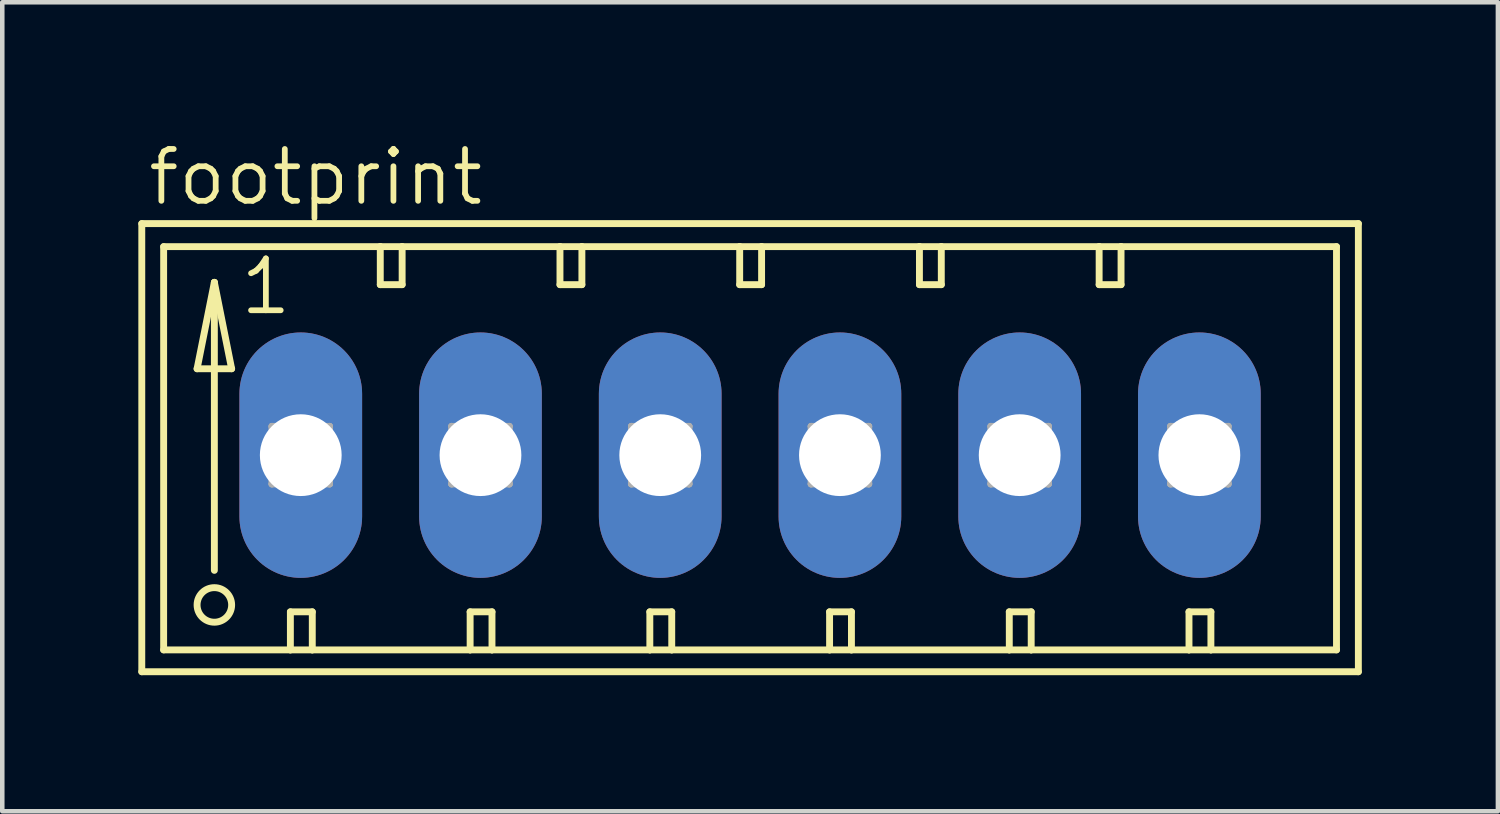
<source format=kicad_pcb>
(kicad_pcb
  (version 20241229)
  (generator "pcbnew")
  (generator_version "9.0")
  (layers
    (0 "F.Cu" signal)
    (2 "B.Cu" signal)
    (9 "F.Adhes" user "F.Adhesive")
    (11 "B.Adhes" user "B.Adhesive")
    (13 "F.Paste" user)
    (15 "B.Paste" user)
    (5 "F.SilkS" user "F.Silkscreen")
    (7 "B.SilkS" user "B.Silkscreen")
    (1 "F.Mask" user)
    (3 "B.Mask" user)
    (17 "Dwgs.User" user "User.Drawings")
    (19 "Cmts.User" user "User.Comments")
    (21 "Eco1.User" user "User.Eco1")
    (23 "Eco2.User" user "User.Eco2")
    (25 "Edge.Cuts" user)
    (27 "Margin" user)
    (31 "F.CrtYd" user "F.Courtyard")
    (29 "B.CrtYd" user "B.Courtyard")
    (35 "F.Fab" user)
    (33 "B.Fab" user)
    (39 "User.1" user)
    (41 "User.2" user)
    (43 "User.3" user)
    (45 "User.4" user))
  (footprint "footprint"
    (layer "F.Cu")
    (at 13.487 6.985)
    (property "Reference" "footprint" (at -13.335 -5.461 0) (layer "F.SilkS") (effects (font (size 1.143 1.143) (thickness 0.127)) (justify left bottom)))
    (fp_line (start -13.411 -5.105) (end -13.411 4.775) (stroke (width 0.152) (type solid)) (layer "F.SilkS"))
    (fp_line (start -13.411 4.775) (end 13.411 4.775) (stroke (width 0.152) (type solid)) (layer "F.SilkS"))
    (fp_line (start -12.929 -4.597) (end -12.929 4.293) (stroke (width 0.152) (type solid)) (layer "F.SilkS"))
    (fp_line (start -12.929 4.293) (end -10.135 4.293) (stroke (width 0.152) (type solid)) (layer "F.SilkS"))
    (fp_line (start -12.192 -1.905) (end -11.43 -1.905) (stroke (width 0.152) (type solid)) (layer "F.SilkS"))
    (fp_line (start -11.811 -3.81) (end -12.192 -1.905) (stroke (width 0.152) (type solid)) (layer "F.SilkS"))
    (fp_line (start -11.811 -3.81) (end -11.43 -1.905) (stroke (width 0.152) (type solid)) (layer "F.SilkS"))
    (fp_line (start -11.811 2.54) (end -11.811 -3.81) (stroke (width 0.152) (type solid)) (layer "F.SilkS"))
    (fp_line (start -10.135 3.454) (end -10.135 4.293) (stroke (width 0.152) (type solid)) (layer "F.SilkS"))
    (fp_line (start -10.135 3.454) (end -9.652 3.454) (stroke (width 0.152) (type solid)) (layer "F.SilkS"))
    (fp_line (start -10.135 4.293) (end -9.652 4.293) (stroke (width 0.152) (type solid)) (layer "F.SilkS"))
    (fp_line (start -9.652 3.454) (end -9.652 4.293) (stroke (width 0.152) (type solid)) (layer "F.SilkS"))
    (fp_line (start -9.652 4.293) (end -6.172 4.293) (stroke (width 0.152) (type solid)) (layer "F.SilkS"))
    (fp_line (start -8.153 -4.597) (end -12.929 -4.597) (stroke (width 0.152) (type solid)) (layer "F.SilkS"))
    (fp_line (start -8.153 -4.597) (end -8.153 -3.759) (stroke (width 0.152) (type solid)) (layer "F.SilkS"))
    (fp_line (start -8.153 -3.759) (end -7.671 -3.759) (stroke (width 0.152) (type solid)) (layer "F.SilkS"))
    (fp_line (start -7.671 -4.597) (end -8.153 -4.597) (stroke (width 0.152) (type solid)) (layer "F.SilkS"))
    (fp_line (start -7.671 -3.759) (end -7.671 -4.597) (stroke (width 0.152) (type solid)) (layer "F.SilkS"))
    (fp_line (start -6.172 3.454) (end -6.172 4.293) (stroke (width 0.152) (type solid)) (layer "F.SilkS"))
    (fp_line (start -6.172 3.454) (end -5.69 3.454) (stroke (width 0.152) (type solid)) (layer "F.SilkS"))
    (fp_line (start -6.172 4.293) (end -5.69 4.293) (stroke (width 0.152) (type solid)) (layer "F.SilkS"))
    (fp_line (start -5.69 3.454) (end -5.69 4.293) (stroke (width 0.152) (type solid)) (layer "F.SilkS"))
    (fp_line (start -5.69 4.293) (end -2.21 4.293) (stroke (width 0.152) (type solid)) (layer "F.SilkS"))
    (fp_line (start -4.191 -4.597) (end -7.671 -4.597) (stroke (width 0.152) (type solid)) (layer "F.SilkS"))
    (fp_line (start -4.191 -3.759) (end -4.191 -4.597) (stroke (width 0.152) (type solid)) (layer "F.SilkS"))
    (fp_line (start -4.191 -3.759) (end -3.708 -3.759) (stroke (width 0.152) (type solid)) (layer "F.SilkS"))
    (fp_line (start -3.708 -4.597) (end -4.191 -4.597) (stroke (width 0.152) (type solid)) (layer "F.SilkS"))
    (fp_line (start -3.708 -3.759) (end -3.708 -4.597) (stroke (width 0.152) (type solid)) (layer "F.SilkS"))
    (fp_line (start -2.21 3.454) (end -2.21 4.293) (stroke (width 0.152) (type solid)) (layer "F.SilkS"))
    (fp_line (start -2.21 3.454) (end -1.727 3.454) (stroke (width 0.152) (type solid)) (layer "F.SilkS"))
    (fp_line (start -2.21 4.293) (end -1.727 4.293) (stroke (width 0.152) (type solid)) (layer "F.SilkS"))
    (fp_line (start -1.727 3.454) (end -1.727 4.293) (stroke (width 0.152) (type solid)) (layer "F.SilkS"))
    (fp_line (start -1.727 4.293) (end 1.753 4.293) (stroke (width 0.152) (type solid)) (layer "F.SilkS"))
    (fp_line (start -0.229 -4.597) (end -3.708 -4.597) (stroke (width 0.152) (type solid)) (layer "F.SilkS"))
    (fp_line (start -0.229 -3.759) (end -0.229 -4.597) (stroke (width 0.152) (type solid)) (layer "F.SilkS"))
    (fp_line (start -0.229 -3.759) (end 0.254 -3.759) (stroke (width 0.152) (type solid)) (layer "F.SilkS"))
    (fp_line (start 0.254 -4.597) (end -0.229 -4.597) (stroke (width 0.152) (type solid)) (layer "F.SilkS"))
    (fp_line (start 0.254 -3.759) (end 0.254 -4.597) (stroke (width 0.152) (type solid)) (layer "F.SilkS"))
    (fp_line (start 1.753 3.454) (end 1.753 4.293) (stroke (width 0.152) (type solid)) (layer "F.SilkS"))
    (fp_line (start 1.753 3.454) (end 2.235 3.454) (stroke (width 0.152) (type solid)) (layer "F.SilkS"))
    (fp_line (start 1.753 4.293) (end 2.235 4.293) (stroke (width 0.152) (type solid)) (layer "F.SilkS"))
    (fp_line (start 2.235 3.454) (end 2.235 4.293) (stroke (width 0.152) (type solid)) (layer "F.SilkS"))
    (fp_line (start 2.235 4.293) (end 5.715 4.293) (stroke (width 0.152) (type solid)) (layer "F.SilkS"))
    (fp_line (start 3.734 -4.597) (end 0.254 -4.597) (stroke (width 0.152) (type solid)) (layer "F.SilkS"))
    (fp_line (start 3.734 -3.759) (end 3.734 -4.597) (stroke (width 0.152) (type solid)) (layer "F.SilkS"))
    (fp_line (start 3.734 -3.759) (end 4.216 -3.759) (stroke (width 0.152) (type solid)) (layer "F.SilkS"))
    (fp_line (start 4.216 -4.597) (end 3.734 -4.597) (stroke (width 0.152) (type solid)) (layer "F.SilkS"))
    (fp_line (start 4.216 -3.759) (end 4.216 -4.597) (stroke (width 0.152) (type solid)) (layer "F.SilkS"))
    (fp_line (start 5.715 3.454) (end 5.715 4.293) (stroke (width 0.152) (type solid)) (layer "F.SilkS"))
    (fp_line (start 5.715 3.454) (end 6.198 3.454) (stroke (width 0.152) (type solid)) (layer "F.SilkS"))
    (fp_line (start 5.715 4.293) (end 6.198 4.293) (stroke (width 0.152) (type solid)) (layer "F.SilkS"))
    (fp_line (start 6.198 3.454) (end 6.198 4.293) (stroke (width 0.152) (type solid)) (layer "F.SilkS"))
    (fp_line (start 6.198 4.293) (end 9.677 4.293) (stroke (width 0.152) (type solid)) (layer "F.SilkS"))
    (fp_line (start 7.696 -4.597) (end 4.216 -4.597) (stroke (width 0.152) (type solid)) (layer "F.SilkS"))
    (fp_line (start 7.696 -3.759) (end 7.696 -4.597) (stroke (width 0.152) (type solid)) (layer "F.SilkS"))
    (fp_line (start 7.696 -3.759) (end 8.179 -3.759) (stroke (width 0.152) (type solid)) (layer "F.SilkS"))
    (fp_line (start 8.179 -4.597) (end 7.696 -4.597) (stroke (width 0.152) (type solid)) (layer "F.SilkS"))
    (fp_line (start 8.179 -3.759) (end 8.179 -4.597) (stroke (width 0.152) (type solid)) (layer "F.SilkS"))
    (fp_line (start 9.677 3.454) (end 9.677 4.293) (stroke (width 0.152) (type solid)) (layer "F.SilkS"))
    (fp_line (start 9.677 3.454) (end 10.16 3.454) (stroke (width 0.152) (type solid)) (layer "F.SilkS"))
    (fp_line (start 9.677 4.293) (end 10.16 4.293) (stroke (width 0.152) (type solid)) (layer "F.SilkS"))
    (fp_line (start 10.16 3.454) (end 10.16 4.293) (stroke (width 0.152) (type solid)) (layer "F.SilkS"))
    (fp_line (start 10.16 4.293) (end 12.929 4.293) (stroke (width 0.152) (type solid)) (layer "F.SilkS"))
    (fp_line (start 12.929 -4.597) (end 8.179 -4.597) (stroke (width 0.152) (type solid)) (layer "F.SilkS"))
    (fp_line (start 12.929 4.293) (end 12.929 -4.597) (stroke (width 0.152) (type solid)) (layer "F.SilkS"))
    (fp_line (start 13.411 -5.105) (end -13.411 -5.105) (stroke (width 0.152) (type solid)) (layer "F.SilkS"))
    (fp_line (start 13.411 4.775) (end 13.411 -5.105) (stroke (width 0.152) (type solid)) (layer "F.SilkS"))
    (fp_circle (center -11.811 3.302) (end -11.43 3.302) (stroke (width 0.152) (type solid)) (fill no) (layer "F.SilkS"))
    (fp_line (start -10.541 -0.635) (end -10.541 0.635) (stroke (width 0.152) (type solid)) (layer "F.Fab"))
    (fp_line (start -10.541 -0.635) (end -9.271 0.635) (stroke (width 0.152) (type solid)) (layer "F.Fab"))
    (fp_line (start -10.541 0.635) (end -9.271 0.635) (stroke (width 0.152) (type solid)) (layer "F.Fab"))
    (fp_line (start -9.271 -0.635) (end -10.541 -0.635) (stroke (width 0.152) (type solid)) (layer "F.Fab"))
    (fp_line (start -9.271 -0.635) (end -10.541 0.635) (stroke (width 0.152) (type solid)) (layer "F.Fab"))
    (fp_line (start -9.271 0.635) (end -9.271 -0.635) (stroke (width 0.152) (type solid)) (layer "F.Fab"))
    (fp_line (start -6.579 -0.635) (end -6.579 0.635) (stroke (width 0.152) (type solid)) (layer "F.Fab"))
    (fp_line (start -6.579 -0.635) (end -5.309 0.635) (stroke (width 0.152) (type solid)) (layer "F.Fab"))
    (fp_line (start -6.579 0.635) (end -5.309 0.635) (stroke (width 0.152) (type solid)) (layer "F.Fab"))
    (fp_line (start -5.309 -0.635) (end -6.579 -0.635) (stroke (width 0.152) (type solid)) (layer "F.Fab"))
    (fp_line (start -5.309 -0.635) (end -6.579 0.635) (stroke (width 0.152) (type solid)) (layer "F.Fab"))
    (fp_line (start -5.309 0.635) (end -5.309 -0.635) (stroke (width 0.152) (type solid)) (layer "F.Fab"))
    (fp_line (start -2.616 -0.635) (end -2.616 0.635) (stroke (width 0.152) (type solid)) (layer "F.Fab"))
    (fp_line (start -2.616 -0.635) (end -1.346 0.635) (stroke (width 0.152) (type solid)) (layer "F.Fab"))
    (fp_line (start -2.616 0.635) (end -1.346 0.635) (stroke (width 0.152) (type solid)) (layer "F.Fab"))
    (fp_line (start -1.346 -0.635) (end -2.616 -0.635) (stroke (width 0.152) (type solid)) (layer "F.Fab"))
    (fp_line (start -1.346 -0.635) (end -2.616 0.635) (stroke (width 0.152) (type solid)) (layer "F.Fab"))
    (fp_line (start -1.346 0.635) (end -1.346 -0.635) (stroke (width 0.152) (type solid)) (layer "F.Fab"))
    (fp_line (start 1.346 -0.635) (end 1.346 0.635) (stroke (width 0.152) (type solid)) (layer "F.Fab"))
    (fp_line (start 1.346 -0.635) (end 2.616 0.635) (stroke (width 0.152) (type solid)) (layer "F.Fab"))
    (fp_line (start 1.346 0.635) (end 2.616 0.635) (stroke (width 0.152) (type solid)) (layer "F.Fab"))
    (fp_line (start 2.616 -0.635) (end 1.346 -0.635) (stroke (width 0.152) (type solid)) (layer "F.Fab"))
    (fp_line (start 2.616 -0.635) (end 1.346 0.635) (stroke (width 0.152) (type solid)) (layer "F.Fab"))
    (fp_line (start 2.616 0.635) (end 2.616 -0.635) (stroke (width 0.152) (type solid)) (layer "F.Fab"))
    (fp_line (start 5.309 -0.635) (end 5.309 0.635) (stroke (width 0.152) (type solid)) (layer "F.Fab"))
    (fp_line (start 5.309 -0.635) (end 6.579 0.635) (stroke (width 0.152) (type solid)) (layer "F.Fab"))
    (fp_line (start 5.309 0.635) (end 6.579 0.635) (stroke (width 0.152) (type solid)) (layer "F.Fab"))
    (fp_line (start 6.579 -0.635) (end 5.309 -0.635) (stroke (width 0.152) (type solid)) (layer "F.Fab"))
    (fp_line (start 6.579 -0.635) (end 5.309 0.635) (stroke (width 0.152) (type solid)) (layer "F.Fab"))
    (fp_line (start 6.579 0.635) (end 6.579 -0.635) (stroke (width 0.152) (type solid)) (layer "F.Fab"))
    (fp_line (start 9.271 -0.635) (end 9.271 0.635) (stroke (width 0.152) (type solid)) (layer "F.Fab"))
    (fp_line (start 9.271 -0.635) (end 10.541 0.635) (stroke (width 0.152) (type solid)) (layer "F.Fab"))
    (fp_line (start 9.271 0.635) (end 10.541 0.635) (stroke (width 0.152) (type solid)) (layer "F.Fab"))
    (fp_line (start 10.541 -0.635) (end 9.271 -0.635) (stroke (width 0.152) (type solid)) (layer "F.Fab"))
    (fp_line (start 10.541 -0.635) (end 9.271 0.635) (stroke (width 0.152) (type solid)) (layer "F.Fab"))
    (fp_line (start 10.541 0.635) (end 10.541 -0.635) (stroke (width 0.152) (type solid)) (layer "F.Fab"))
    (fp_text user "1" (at -11.303 -3.048 0) (layer "F.SilkS") (effects (font (size 1.143 1.143) (thickness 0.127)) (justify left bottom)))
    (pad "1" thru_hole oval (at -9.906 0 90) (size 5.41 2.705) (drill 1.803) (layers "*.Cu" "*.Mask"))
    (pad "2" thru_hole oval (at -5.944 0 90) (size 5.41 2.705) (drill 1.803) (layers "*.Cu" "*.Mask"))
    (pad "3" thru_hole oval (at -1.981 0 90) (size 5.41 2.705) (drill 1.803) (layers "*.Cu" "*.Mask"))
    (pad "4" thru_hole oval (at 1.981 0 90) (size 5.41 2.705) (drill 1.803) (layers "*.Cu" "*.Mask"))
    (pad "5" thru_hole oval (at 5.944 0 90) (size 5.41 2.705) (drill 1.803) (layers "*.Cu" "*.Mask"))
    (pad "6" thru_hole oval (at 9.906 0 90) (size 5.41 2.705) (drill 1.803) (layers "*.Cu" "*.Mask")))
  (gr_rect
    (start -3 -3)
    (end 29.975 14.836)
    (stroke (width 0.1) (type default))
    (fill no)
    (layer "Edge.Cuts")))
</source>
